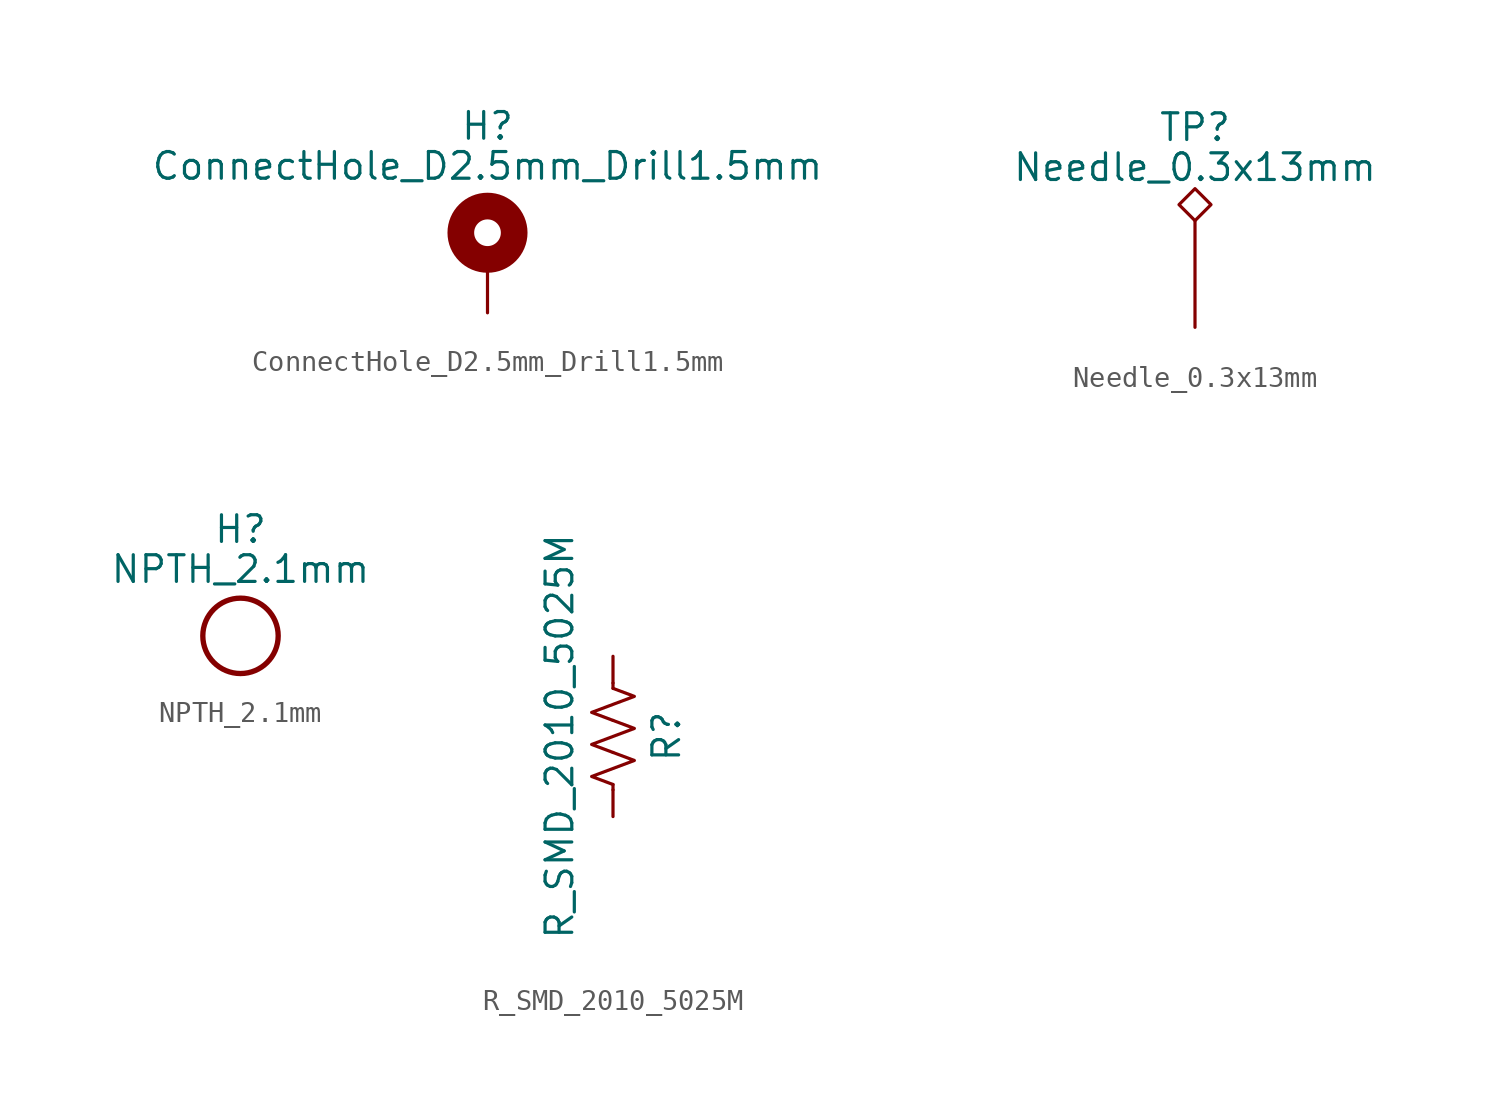
<source format=kicad_sym>
(kicad_symbol_lib
  (version 20231120)
  (generator "kicad_symbol_editor")
  (generator_version "8.0")
  (symbol "ConnectHole_D2.5mm_Drill1.5mm"
    (pin_numbers hide)
    (pin_names
      (offset 1.016) hide)
    (property "Reference" "H"
      (at 0 6.35 0)
      (effects (font (size 1.27 1.27))))
    (property "Value" "ConnectHole_D2.5mm_Drill1.5mm"
      (at 0 4.445 0)
      (effects (font (size 1.27 1.27))))
    (symbol "ConnectHole_D2.5mm_Drill1.5mm_0_1"
      (circle (center 0 1.27) (radius 1.27) (stroke (width 1.27) (type default)) (fill (type none))))
    (symbol "ConnectHole_D2.5mm_Drill1.5mm_1_1"
      (pin input line (at 0 -2.54 90) (length 2.54) (name "1" (effects (font (size 1.27 1.27)))) (number "1" (effects (font (size 1.27 1.27)))))))
  (symbol "Needle_0.3x13mm"
    (pin_numbers hide)
    (pin_names
      (offset 0.762) hide)
    (property "Reference" "TP"
      (at 0 9.525 0)
      (effects (font (size 1.27 1.27))))
    (property "Value" "Needle_0.3x13mm"
      (at 0 7.62 0)
      (effects (font (size 1.27 1.27))))
    (symbol "Needle_0.3x13mm_0_1"
      (polyline (pts (xy 0 5.08) (xy -0.762 5.842) (xy 0 6.604) (xy 0.762 5.842) (xy 0 5.08)) (stroke (width 0) (type default)) (fill (type none))))
    (symbol "Needle_0.3x13mm_1_1"
      (pin passive line (at 0 0 90) (length 5.08) (name "1" (effects (font (size 1.27 1.27)))) (number "1" (effects (font (size 1.27 1.27)))))))
  (symbol "NPTH_2.1mm"
    (pin_names
      (offset 1.016))
    (property "Reference" "H"
      (at 0 5.08 0)
      (effects (font (size 1.27 1.27))))
    (property "Value" "NPTH_2.1mm"
      (at 0 3.175 0)
      (effects (font (size 1.27 1.27))))
    (symbol "NPTH_2.1mm_0_1"
      (circle (center 0 0) (radius 1.796) (stroke (width 0.254) (type default)) (fill (type none)))))
  (symbol "R_SMD_2010_5025M"
    (pin_numbers hide)
    (pin_names
      (offset 0))
    (property "Reference" "R"
      (at 2.54 0 90)
      (effects (font (size 1.27 1.27))))
    (property "Value" "R_SMD_2010_5025M"
      (at -2.54 0 90)
      (effects (font (size 1.27 1.27))))
    (symbol "R_SMD_2010_5025M_0_1"
      (polyline (pts (xy 0 -2.286) (xy 0 -2.54)) (stroke (width 0) (type default)) (fill (type none)))
      (polyline (pts (xy 0 2.286) (xy 0 2.54)) (stroke (width 0) (type default)) (fill (type none)))
      (polyline (pts (xy 0 -0.762) (xy 1.016 -1.143) (xy 0 -1.524) (xy -1.016 -1.905) (xy 0 -2.286)) (stroke (width 0) (type default)) (fill (type none)))
      (polyline (pts (xy 0 0.762) (xy 1.016 0.381) (xy 0 0) (xy -1.016 -0.381) (xy 0 -0.762)) (stroke (width 0) (type default)) (fill (type none)))
      (polyline (pts (xy 0 2.286) (xy 1.016 1.905) (xy 0 1.524) (xy -1.016 1.143) (xy 0 0.762)) (stroke (width 0) (type default)) (fill (type none))))
    (symbol "R_SMD_2010_5025M_1_1"
      (pin passive line (at 0 3.81 270) (length 1.27) (name "~" (effects (font (size 1.27 1.27)))) (number "1" (effects (font (size 1.27 1.27)))))
      (pin passive line (at 0 -3.81 90) (length 1.27) (name "~" (effects (font (size 1.27 1.27)))) (number "2" (effects (font (size 1.27 1.27))))))))
</source>
